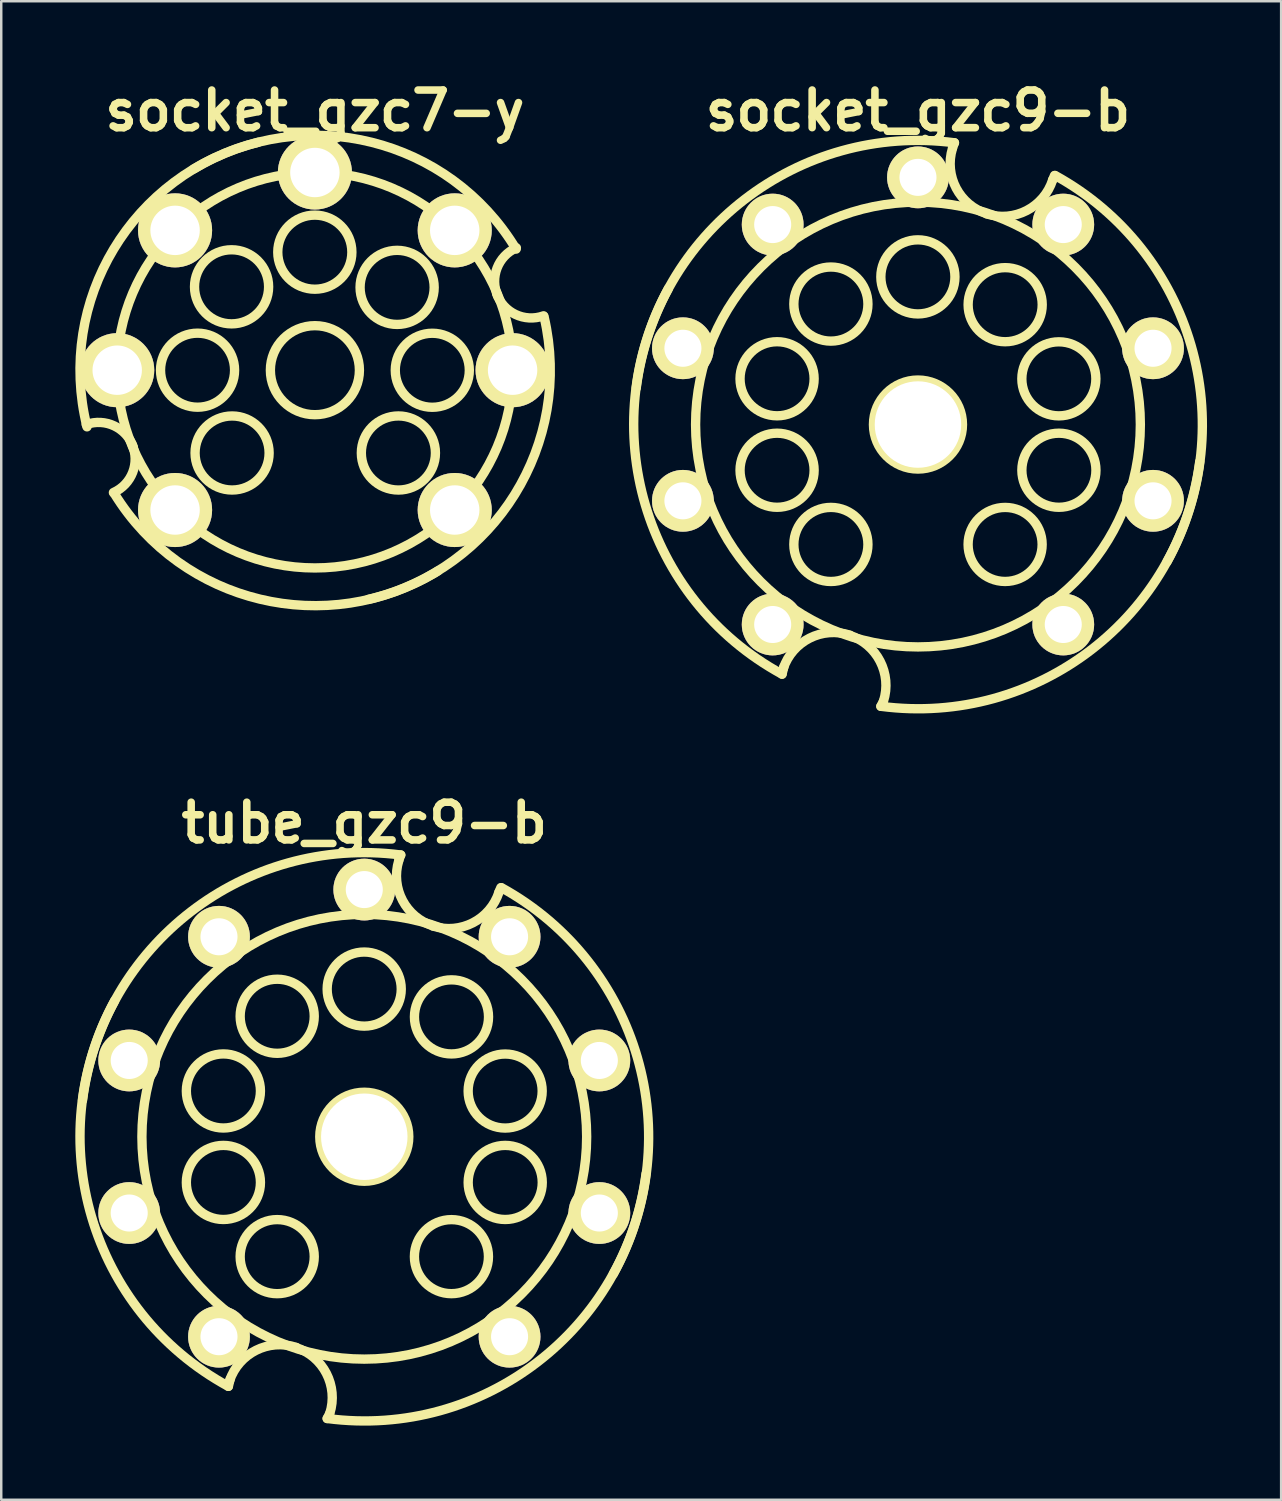
<source format=kicad_pcb>
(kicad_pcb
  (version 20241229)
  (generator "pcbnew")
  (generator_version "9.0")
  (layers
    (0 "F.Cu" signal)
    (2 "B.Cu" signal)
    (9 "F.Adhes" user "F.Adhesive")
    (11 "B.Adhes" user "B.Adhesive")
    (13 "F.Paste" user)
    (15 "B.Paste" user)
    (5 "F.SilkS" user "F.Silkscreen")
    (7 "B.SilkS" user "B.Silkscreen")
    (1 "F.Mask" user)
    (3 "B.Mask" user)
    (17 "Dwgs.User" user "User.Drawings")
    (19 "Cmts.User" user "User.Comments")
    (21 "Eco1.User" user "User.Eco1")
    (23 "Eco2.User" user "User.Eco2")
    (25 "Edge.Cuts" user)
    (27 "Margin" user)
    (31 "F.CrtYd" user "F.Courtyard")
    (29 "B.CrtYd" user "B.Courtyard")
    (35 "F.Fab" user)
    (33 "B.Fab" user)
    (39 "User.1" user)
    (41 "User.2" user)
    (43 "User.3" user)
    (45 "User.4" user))
  (footprint "socket_gzc9-b"
    (layer "F.Cu")
    (at 34.089 14.126)
    (property "Reference" "socket_gzc9-b" (at 0 -12.7 0) (layer "F.SilkS") (effects (font (size 1.524 1.524) (thickness 0.305))))
    (attr through_hole)
    (fp_line (start -5.499 10.099) (end -5.425 9.799) (stroke (width 0.378) (type solid)) (layer "F.SilkS"))
    (fp_line (start -1.501 11.4) (end -1.4 11.199) (stroke (width 0.378) (type solid)) (layer "F.SilkS"))
    (fp_line (start 1.476 -11.4) (end 1.4 -11.199) (stroke (width 0.378) (type solid)) (layer "F.SilkS"))
    (fp_line (start 5.524 -10.076) (end 5.451 -9.901) (stroke (width 0.378) (type solid)) (layer "F.SilkS"))
    (fp_arc (start -11.39952 -1.47574) (mid -7.017172 -9.104184) (end 1.47574 -11.39952) (stroke (width 0.37846) (type solid)) (layer "F.SilkS"))
    (fp_arc (start -5.4991 10.09904) (mid -11.029551 3.252649) (end -10.09904 -5.4991) (stroke (width 0.37846) (type solid)) (layer "F.SilkS"))
    (fp_arc (start -5.45084 9.87552) (mid -4.379419 8.640161) (end -2.74828 8.52424) (stroke (width 0.37846) (type solid)) (layer "F.SilkS"))
    (fp_arc (start -2.77622 8.52424) (mid -1.532678 9.575904) (end -1.397 11.19886) (stroke (width 0.37846) (type solid)) (layer "F.SilkS"))
    (fp_arc (start 2.79908 -8.52424) (mid 1.548843 -9.55974) (end 1.397 -11.176) (stroke (width 0.37846) (type solid)) (layer "F.SilkS"))
    (fp_arc (start 5.45084 -9.90092) (mid 4.39738 -8.658122) (end 2.77368 -8.52424) (stroke (width 0.37846) (type solid)) (layer "F.SilkS"))
    (fp_arc (start 5.5499 -10.07618) (mid 11.049307 -3.200563) (end 10.07618 5.5499) (stroke (width 0.37846) (type solid)) (layer "F.SilkS"))
    (fp_arc (start 11.39952 1.50114) (mid 6.999212 9.122144) (end -1.50114 11.39952) (stroke (width 0.37846) (type solid)) (layer "F.SilkS"))
    (fp_circle (center -5.7 -1.852) (end -4.201 -1.852) (stroke (width 0.378) (type solid)) (fill no) (layer "F.SilkS"))
    (fp_circle (center -5.7 1.849) (end -4.201 1.849) (stroke (width 0.378) (type solid)) (fill no) (layer "F.SilkS"))
    (fp_circle (center -3.523 -4.874) (end -2.024 -4.874) (stroke (width 0.378) (type solid)) (fill no) (layer "F.SilkS"))
    (fp_circle (center -3.523 4.851) (end -2.024 4.851) (stroke (width 0.378) (type solid)) (fill no) (layer "F.SilkS"))
    (fp_circle (center -0.003 -5.974) (end 1.496 -5.974) (stroke (width 0.378) (type solid)) (fill no) (layer "F.SilkS"))
    (fp_circle (center 0 0) (end 1.801 0) (stroke (width 0.378) (type solid)) (fill no) (layer "F.SilkS"))
    (fp_circle (center 0 0) (end 8.997 0) (stroke (width 0.378) (type solid)) (fill no) (layer "F.SilkS"))
    (fp_circle (center 3.526 4.851) (end 5.024 4.851) (stroke (width 0.378) (type solid)) (fill no) (layer "F.SilkS"))
    (fp_circle (center 3.528 -4.849) (end 5.027 -4.849) (stroke (width 0.378) (type solid)) (fill no) (layer "F.SilkS"))
    (fp_circle (center 5.7 -1.849) (end 7.198 -1.849) (stroke (width 0.378) (type solid)) (fill no) (layer "F.SilkS"))
    (fp_circle (center 5.702 1.849) (end 7.201 1.849) (stroke (width 0.378) (type solid)) (fill no) (layer "F.SilkS"))
    (pad "" np_thru_hole circle (at 0 0) (size 3.498 3.498) (drill 3.498) (layers "*.Cu" "*.Mask" "F.SilkS"))
    (pad "1" thru_hole circle (at 5.878 8.09) (size 2.499 2.499) (drill 1.499) (layers "*.Cu" "*.Mask" "F.SilkS"))
    (pad "2" thru_hole circle (at 9.51 3.086) (size 2.499 2.499) (drill 1.499) (layers "*.Cu" "*.Mask" "F.SilkS"))
    (pad "3" thru_hole circle (at 9.51 -3.086) (size 2.499 2.499) (drill 1.499) (layers "*.Cu" "*.Mask" "F.SilkS"))
    (pad "4" thru_hole circle (at 5.878 -8.09) (size 2.499 2.499) (drill 1.499) (layers "*.Cu" "*.Mask" "F.SilkS"))
    (pad "5" thru_hole circle (at 0 -10) (size 2.499 2.499) (drill 1.499) (layers "*.Cu" "*.Mask" "F.SilkS"))
    (pad "6" thru_hole circle (at -5.878 -8.09) (size 2.499 2.499) (drill 1.499) (layers "*.Cu" "*.Mask" "F.SilkS"))
    (pad "7" thru_hole circle (at -9.51 -3.086) (size 2.499 2.499) (drill 1.499) (layers "*.Cu" "*.Mask" "F.SilkS"))
    (pad "8" thru_hole circle (at -9.51 3.086) (size 2.499 2.499) (drill 1.499) (layers "*.Cu" "*.Mask" "F.SilkS"))
    (pad "9" thru_hole circle (at -5.878 8.09) (size 2.499 2.499) (drill 1.499) (layers "*.Cu" "*.Mask" "F.SilkS")))
  (footprint "socket_gzc7-y"
    (layer "F.Cu")
    (at 9.69 11.927)
    (property "Reference" "socket_gzc7-y" (at 0 -10.5 0) (layer "F.SilkS") (effects (font (size 1.524 1.524) (thickness 0.305))))
    (attr through_hole)
    (fp_arc (start -9.25068 2.19964) (mid -8.114498 2.255734) (end -7.35076 3.0988) (stroke (width 0.37846) (type solid)) (layer "F.SilkS"))
    (fp_arc (start -9.2202 2.29108) (mid -8.139704 -4.899628) (end -2.29108 -9.2202) (stroke (width 0.37846) (type solid)) (layer "F.SilkS"))
    (fp_arc (start -7.39902 2.99974) (mid -7.370933 4.130811) (end -8.15086 4.95046) (stroke (width 0.37846) (type solid)) (layer "F.SilkS"))
    (fp_arc (start -4.89966 -8.1407) (mid 2.291761 -9.220927) (end 8.1407 -4.89966) (stroke (width 0.37846) (type solid)) (layer "F.SilkS"))
    (fp_arc (start 4.98094 8.12038) (mid -2.219919 9.264032) (end -8.12038 4.98094) (stroke (width 0.37846) (type solid)) (layer "F.SilkS"))
    (fp_arc (start 7.39902 -2.99974) (mid 7.370933 -4.130811) (end 8.15086 -4.95046) (stroke (width 0.37846) (type solid)) (layer "F.SilkS"))
    (fp_arc (start 9.25068 -2.19964) (mid 8.114498 -2.255734) (end 7.35076 -3.0988) (stroke (width 0.37846) (type solid)) (layer "F.SilkS"))
    (fp_arc (start 9.271 -2.16916) (mid 8.089415 5.021759) (end 2.16916 9.271) (stroke (width 0.37846) (type solid)) (layer "F.SilkS"))
    (fp_circle (center -4.747 0) (end -3.249 0) (stroke (width 0.378) (type solid)) (fill no) (layer "F.SilkS"))
    (fp_circle (center -3.371 -3.373) (end -1.872 -3.373) (stroke (width 0.378) (type solid)) (fill no) (layer "F.SilkS"))
    (fp_circle (center -3.35 3.35) (end -1.852 3.35) (stroke (width 0.378) (type solid)) (fill no) (layer "F.SilkS"))
    (fp_circle (center -0.003 -4.775) (end 1.496 -4.775) (stroke (width 0.378) (type solid)) (fill no) (layer "F.SilkS"))
    (fp_circle (center 0 0) (end 1.801 0) (stroke (width 0.378) (type solid)) (fill no) (layer "F.SilkS"))
    (fp_circle (center 0 0) (end 8.001 0) (stroke (width 0.378) (type solid)) (fill no) (layer "F.SilkS"))
    (fp_circle (center 3.327 -3.35) (end 4.826 -3.35) (stroke (width 0.378) (type solid)) (fill no) (layer "F.SilkS"))
    (fp_circle (center 3.378 3.35) (end 4.877 3.35) (stroke (width 0.378) (type solid)) (fill no) (layer "F.SilkS"))
    (fp_circle (center 4.75 0.003) (end 6.248 0.003) (stroke (width 0.378) (type solid)) (fill no) (layer "F.SilkS"))
    (pad "1" thru_hole circle (at 5.657 5.657) (size 2.997 2.997) (drill 1.999) (layers "*.Cu" "*.Mask" "F.SilkS"))
    (pad "2" thru_hole circle (at 7.998 0) (size 2.997 2.997) (drill 1.999) (layers "*.Cu" "*.Mask" "F.SilkS"))
    (pad "3" thru_hole circle (at 5.657 -5.657) (size 2.997 2.997) (drill 1.999) (layers "*.Cu" "*.Mask" "F.SilkS"))
    (pad "4" thru_hole circle (at 0 -7.998) (size 2.997 2.997) (drill 1.999) (layers "*.Cu" "*.Mask" "F.SilkS"))
    (pad "5" thru_hole circle (at -5.657 -5.657) (size 2.997 2.997) (drill 1.999) (layers "*.Cu" "*.Mask" "F.SilkS"))
    (pad "6" thru_hole circle (at -7.998 0) (size 2.997 2.997) (drill 1.999) (layers "*.Cu" "*.Mask" "F.SilkS"))
    (pad "7" thru_hole circle (at -5.657 5.657) (size 2.997 2.997) (drill 1.999) (layers "*.Cu" "*.Mask" "F.SilkS")))
  (footprint "tube_gzc9-b"
    (layer "F.Cu")
    (at 11.688 42.94)
    (property "Reference" "tube_gzc9-b" (at 0 -12.7 0) (layer "F.SilkS") (effects (font (size 1.524 1.524) (thickness 0.305))))
    (attr through_hole)
    (fp_line (start -5.499 10.099) (end -5.425 9.799) (stroke (width 0.378) (type solid)) (layer "F.SilkS"))
    (fp_line (start -1.501 11.4) (end -1.4 11.199) (stroke (width 0.378) (type solid)) (layer "F.SilkS"))
    (fp_line (start 1.476 -11.4) (end 1.4 -11.199) (stroke (width 0.378) (type solid)) (layer "F.SilkS"))
    (fp_line (start 5.524 -10.076) (end 5.451 -9.901) (stroke (width 0.378) (type solid)) (layer "F.SilkS"))
    (fp_arc (start -11.39952 -1.47574) (mid -7.017172 -9.104184) (end 1.47574 -11.39952) (stroke (width 0.37846) (type solid)) (layer "F.SilkS"))
    (fp_arc (start -5.4991 10.09904) (mid -11.029551 3.252649) (end -10.09904 -5.4991) (stroke (width 0.37846) (type solid)) (layer "F.SilkS"))
    (fp_arc (start -5.45084 9.87552) (mid -4.379419 8.640161) (end -2.74828 8.52424) (stroke (width 0.37846) (type solid)) (layer "F.SilkS"))
    (fp_arc (start -2.77622 8.52424) (mid -1.532678 9.575904) (end -1.397 11.19886) (stroke (width 0.37846) (type solid)) (layer "F.SilkS"))
    (fp_arc (start 2.79908 -8.52424) (mid 1.548843 -9.55974) (end 1.397 -11.176) (stroke (width 0.37846) (type solid)) (layer "F.SilkS"))
    (fp_arc (start 5.45084 -9.90092) (mid 4.39738 -8.658122) (end 2.77368 -8.52424) (stroke (width 0.37846) (type solid)) (layer "F.SilkS"))
    (fp_arc (start 5.5499 -10.07618) (mid 11.049307 -3.200563) (end 10.07618 5.5499) (stroke (width 0.37846) (type solid)) (layer "F.SilkS"))
    (fp_arc (start 11.39952 1.50114) (mid 6.999212 9.122144) (end -1.50114 11.39952) (stroke (width 0.37846) (type solid)) (layer "F.SilkS"))
    (fp_circle (center -5.7 -1.852) (end -4.201 -1.852) (stroke (width 0.378) (type solid)) (fill no) (layer "F.SilkS"))
    (fp_circle (center -5.7 1.849) (end -4.201 1.849) (stroke (width 0.378) (type solid)) (fill no) (layer "F.SilkS"))
    (fp_circle (center -3.523 -4.874) (end -2.024 -4.874) (stroke (width 0.378) (type solid)) (fill no) (layer "F.SilkS"))
    (fp_circle (center -3.523 4.851) (end -2.024 4.851) (stroke (width 0.378) (type solid)) (fill no) (layer "F.SilkS"))
    (fp_circle (center -0.003 -5.974) (end 1.496 -5.974) (stroke (width 0.378) (type solid)) (fill no) (layer "F.SilkS"))
    (fp_circle (center 0 0) (end 1.801 0) (stroke (width 0.378) (type solid)) (fill no) (layer "F.SilkS"))
    (fp_circle (center 0 0) (end 8.997 0) (stroke (width 0.378) (type solid)) (fill no) (layer "F.SilkS"))
    (fp_circle (center 3.526 4.851) (end 5.024 4.851) (stroke (width 0.378) (type solid)) (fill no) (layer "F.SilkS"))
    (fp_circle (center 3.528 -4.849) (end 5.027 -4.849) (stroke (width 0.378) (type solid)) (fill no) (layer "F.SilkS"))
    (fp_circle (center 5.7 -1.849) (end 7.198 -1.849) (stroke (width 0.378) (type solid)) (fill no) (layer "F.SilkS"))
    (fp_circle (center 5.702 1.849) (end 7.201 1.849) (stroke (width 0.378) (type solid)) (fill no) (layer "F.SilkS"))
    (pad "" np_thru_hole circle (at 0 0) (size 3.498 3.498) (drill 3.498) (layers "*.Cu" "*.Mask" "F.SilkS"))
    (pad "1" thru_hole circle (at 5.878 8.09) (size 2.499 2.499) (drill 1.499) (layers "*.Cu" "*.Mask" "F.SilkS"))
    (pad "2" thru_hole circle (at 9.51 3.086) (size 2.499 2.499) (drill 1.499) (layers "*.Cu" "*.Mask" "F.SilkS"))
    (pad "3" thru_hole circle (at 9.51 -3.086) (size 2.499 2.499) (drill 1.499) (layers "*.Cu" "*.Mask" "F.SilkS"))
    (pad "4" thru_hole circle (at 5.878 -8.09) (size 2.499 2.499) (drill 1.499) (layers "*.Cu" "*.Mask" "F.SilkS"))
    (pad "5" thru_hole circle (at 0 -10) (size 2.499 2.499) (drill 1.499) (layers "*.Cu" "*.Mask" "F.SilkS"))
    (pad "6" thru_hole circle (at -5.878 -8.09) (size 2.499 2.499) (drill 1.499) (layers "*.Cu" "*.Mask" "F.SilkS"))
    (pad "7" thru_hole circle (at -9.51 -3.086) (size 2.499 2.499) (drill 1.499) (layers "*.Cu" "*.Mask" "F.SilkS"))
    (pad "8" thru_hole circle (at -9.51 3.086) (size 2.499 2.499) (drill 1.499) (layers "*.Cu" "*.Mask" "F.SilkS"))
    (pad "9" thru_hole circle (at -5.878 8.09) (size 2.499 2.499) (drill 1.499) (layers "*.Cu" "*.Mask" "F.SilkS")))
  (gr_rect
    (start -3 -3)
    (end 48.782 57.627)
    (stroke (width 0.1) (type default))
    (fill no)
    (layer "Edge.Cuts")))
</source>
